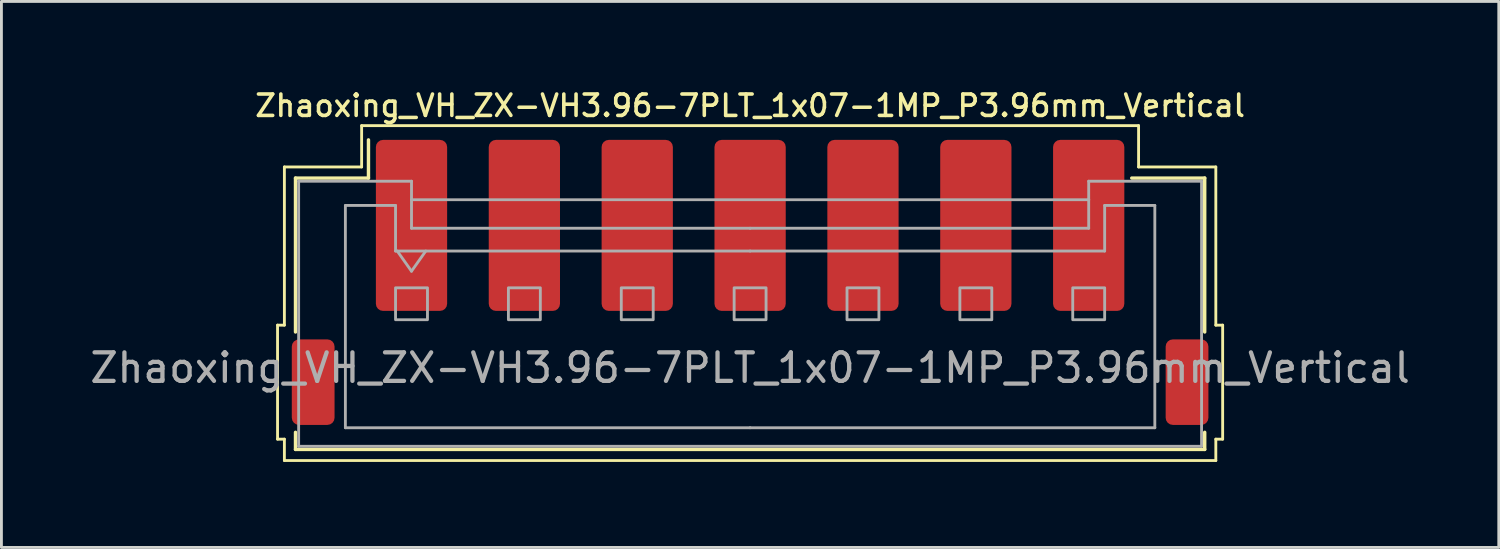
<source format=kicad_pcb>
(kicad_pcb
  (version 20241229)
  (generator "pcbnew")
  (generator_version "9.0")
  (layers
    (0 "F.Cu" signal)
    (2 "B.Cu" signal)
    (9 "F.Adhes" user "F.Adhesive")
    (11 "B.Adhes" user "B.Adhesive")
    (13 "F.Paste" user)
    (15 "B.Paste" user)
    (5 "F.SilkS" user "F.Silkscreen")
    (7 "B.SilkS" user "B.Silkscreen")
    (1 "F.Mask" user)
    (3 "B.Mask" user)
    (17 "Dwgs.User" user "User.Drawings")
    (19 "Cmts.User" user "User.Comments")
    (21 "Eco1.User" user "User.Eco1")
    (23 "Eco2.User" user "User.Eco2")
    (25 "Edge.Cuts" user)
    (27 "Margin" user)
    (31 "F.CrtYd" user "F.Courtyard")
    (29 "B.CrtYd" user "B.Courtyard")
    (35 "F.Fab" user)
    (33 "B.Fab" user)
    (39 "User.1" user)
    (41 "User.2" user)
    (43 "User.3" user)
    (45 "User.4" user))
  (footprint "Zhaoxing_VH_ZX-VH3.96-7PLT_1x07-1MP_P3.96mm_Vertical"
    (layer "F.Cu")
    (at 23.268 6.858)
    (property "Reference" "Zhaoxing_VH_ZX-VH3.96-7PLT_1x07-1MP_P3.96mm_Vertical" (at 0 -6.2 0) (layer "F.SilkS") (effects (font (size 0.75 0.75) (thickness 0.125))))
    (attr smd)
    (fp_line (start -16.58 1.5) (end -16.34 1.5) (stroke (width 0.1) (type solid)) (layer "F.SilkS"))
    (fp_line (start -16.58 5.5) (end -16.58 1.5) (stroke (width 0.1) (type solid)) (layer "F.SilkS"))
    (fp_line (start -16.34 -4.05) (end -13.63 -4.05) (stroke (width 0.1) (type solid)) (layer "F.SilkS"))
    (fp_line (start -16.34 1.5) (end -16.34 -4.05) (stroke (width 0.1) (type solid)) (layer "F.SilkS"))
    (fp_line (start -16.34 5.5) (end -16.58 5.5) (stroke (width 0.1) (type solid)) (layer "F.SilkS"))
    (fp_line (start -16.34 6.25) (end -16.34 5.5) (stroke (width 0.1) (type solid)) (layer "F.SilkS"))
    (fp_line (start -15.95 -3.66) (end -13.39 -3.66) (stroke (width 0.12) (type solid)) (layer "F.SilkS"))
    (fp_line (start -15.95 1.74) (end -15.95 -3.66) (stroke (width 0.12) (type solid)) (layer "F.SilkS"))
    (fp_line (start -15.95 5.26) (end -15.95 5.86) (stroke (width 0.12) (type solid)) (layer "F.SilkS"))
    (fp_line (start -15.95 5.86) (end 15.95 5.86) (stroke (width 0.12) (type solid)) (layer "F.SilkS"))
    (fp_line (start -13.63 -5.5) (end 13.63 -5.5) (stroke (width 0.1) (type solid)) (layer "F.SilkS"))
    (fp_line (start -13.63 -4.05) (end -13.63 -5.5) (stroke (width 0.1) (type solid)) (layer "F.SilkS"))
    (fp_line (start -13.39 -3.66) (end -13.39 -5) (stroke (width 0.12) (type solid)) (layer "F.SilkS"))
    (fp_line (start 13.63 -5.5) (end 13.63 -4.05) (stroke (width 0.1) (type solid)) (layer "F.SilkS"))
    (fp_line (start 13.63 -4.05) (end 16.34 -4.05) (stroke (width 0.1) (type solid)) (layer "F.SilkS"))
    (fp_line (start 15.95 -3.66) (end 13.39 -3.66) (stroke (width 0.12) (type solid)) (layer "F.SilkS"))
    (fp_line (start 15.95 1.74) (end 15.95 -3.66) (stroke (width 0.12) (type solid)) (layer "F.SilkS"))
    (fp_line (start 15.95 5.86) (end 15.95 5.26) (stroke (width 0.12) (type solid)) (layer "F.SilkS"))
    (fp_line (start 16.34 -4.05) (end 16.34 1.5) (stroke (width 0.1) (type solid)) (layer "F.SilkS"))
    (fp_line (start 16.34 1.5) (end 16.58 1.5) (stroke (width 0.1) (type solid)) (layer "F.SilkS"))
    (fp_line (start 16.34 5.5) (end 16.34 6.25) (stroke (width 0.1) (type solid)) (layer "F.SilkS"))
    (fp_line (start 16.34 6.25) (end -16.34 6.25) (stroke (width 0.1) (type solid)) (layer "F.SilkS"))
    (fp_line (start 16.58 1.5) (end 16.58 5.5) (stroke (width 0.1) (type solid)) (layer "F.SilkS"))
    (fp_line (start 16.58 5.5) (end 16.34 5.5) (stroke (width 0.1) (type solid)) (layer "F.SilkS"))
    (fp_line (start -15.84 -3.55) (end -15.84 5.75) (stroke (width 0.1) (type solid)) (layer "F.Fab"))
    (fp_line (start -15.84 -3.55) (end -11.88 -3.55) (stroke (width 0.1) (type solid)) (layer "F.Fab"))
    (fp_line (start -15.84 5.75) (end 15.84 5.75) (stroke (width 0.1) (type solid)) (layer "F.Fab"))
    (fp_line (start -14.2 -2.7) (end -14.2 5.1) (stroke (width 0.1) (type solid)) (layer "F.Fab"))
    (fp_line (start -14.2 5.1) (end 0 5.1) (stroke (width 0.1) (type solid)) (layer "F.Fab"))
    (fp_line (start -12.44 -2.7) (end -14.2 -2.7) (stroke (width 0.1) (type solid)) (layer "F.Fab"))
    (fp_line (start -12.44 -1.1) (end -12.44 -2.7) (stroke (width 0.1) (type solid)) (layer "F.Fab"))
    (fp_line (start -12.38 -1.1) (end -11.88 -0.393) (stroke (width 0.1) (type solid)) (layer "F.Fab"))
    (fp_line (start -11.88 -3.55) (end -11.88 -2.9) (stroke (width 0.1) (type solid)) (layer "F.Fab"))
    (fp_line (start -11.88 -2.9) (end 11.88 -2.9) (stroke (width 0.1) (type solid)) (layer "F.Fab"))
    (fp_line (start -11.88 -1.9) (end -11.88 -2.9) (stroke (width 0.1) (type solid)) (layer "F.Fab"))
    (fp_line (start -11.88 -0.393) (end -11.38 -1.1) (stroke (width 0.1) (type solid)) (layer "F.Fab"))
    (fp_line (start 0 -1.9) (end -11.88 -1.9) (stroke (width 0.1) (type solid)) (layer "F.Fab"))
    (fp_line (start 0 -1.9) (end 11.88 -1.9) (stroke (width 0.1) (type solid)) (layer "F.Fab"))
    (fp_line (start 0 -1.1) (end -12.44 -1.1) (stroke (width 0.1) (type solid)) (layer "F.Fab"))
    (fp_line (start 0 -1.1) (end 12.44 -1.1) (stroke (width 0.1) (type solid)) (layer "F.Fab"))
    (fp_line (start 11.88 -3.55) (end 15.84 -3.55) (stroke (width 0.1) (type solid)) (layer "F.Fab"))
    (fp_line (start 11.88 -2.9) (end 11.88 -3.55) (stroke (width 0.1) (type solid)) (layer "F.Fab"))
    (fp_line (start 11.88 -1.9) (end 11.88 -2.9) (stroke (width 0.1) (type solid)) (layer "F.Fab"))
    (fp_line (start 12.44 -2.7) (end 14.2 -2.7) (stroke (width 0.1) (type solid)) (layer "F.Fab"))
    (fp_line (start 12.44 -1.1) (end 12.44 -2.7) (stroke (width 0.1) (type solid)) (layer "F.Fab"))
    (fp_line (start 14.2 -2.7) (end 14.2 5.1) (stroke (width 0.1) (type solid)) (layer "F.Fab"))
    (fp_line (start 14.2 5.1) (end 0 5.1) (stroke (width 0.1) (type solid)) (layer "F.Fab"))
    (fp_line (start 15.84 -3.55) (end 15.84 5.75) (stroke (width 0.1) (type solid)) (layer "F.Fab"))
    (fp_rect (start -12.44 0.19) (end -11.32 1.31) (stroke (width 0.1) (type solid)) (fill no) (layer "F.Fab"))
    (fp_rect (start -8.48 0.19) (end -7.36 1.31) (stroke (width 0.1) (type solid)) (fill no) (layer "F.Fab"))
    (fp_rect (start -4.52 0.19) (end -3.4 1.31) (stroke (width 0.1) (type solid)) (fill no) (layer "F.Fab"))
    (fp_rect (start -0.56 0.19) (end 0.56 1.31) (stroke (width 0.1) (type solid)) (fill no) (layer "F.Fab"))
    (fp_rect (start 3.4 0.19) (end 4.52 1.31) (stroke (width 0.1) (type solid)) (fill no) (layer "F.Fab"))
    (fp_rect (start 7.36 0.19) (end 8.48 1.31) (stroke (width 0.1) (type solid)) (fill no) (layer "F.Fab"))
    (fp_rect (start 11.32 0.19) (end 12.44 1.31) (stroke (width 0.1) (type solid)) (fill no) (layer "F.Fab"))
    (fp_text user "${REFERENCE}" (at 0 3 0) (layer "F.Fab") (effects (font (size 1 1) (thickness 0.15))))
    (pad "1" smd roundrect (at -11.88 -2) (size 2.5 6) (layers "F.Cu" "F.Mask" "F.Paste") (roundrect_rratio 0.1))
    (pad "2" smd roundrect (at -7.92 -2) (size 2.5 6) (layers "F.Cu" "F.Mask" "F.Paste") (roundrect_rratio 0.1))
    (pad "3" smd roundrect (at -3.96 -2) (size 2.5 6) (layers "F.Cu" "F.Mask" "F.Paste") (roundrect_rratio 0.1))
    (pad "4" smd roundrect (at 0 -2) (size 2.5 6) (layers "F.Cu" "F.Mask" "F.Paste") (roundrect_rratio 0.1))
    (pad "5" smd roundrect (at 3.96 -2) (size 2.5 6) (layers "F.Cu" "F.Mask" "F.Paste") (roundrect_rratio 0.1))
    (pad "6" smd roundrect (at 7.92 -2) (size 2.5 6) (layers "F.Cu" "F.Mask" "F.Paste") (roundrect_rratio 0.1))
    (pad "7" smd roundrect (at 11.88 -2) (size 2.5 6) (layers "F.Cu" "F.Mask" "F.Paste") (roundrect_rratio 0.1))
    (pad "MP" smd roundrect (at -15.33 3.5) (size 1.5 3) (layers "F.Cu" "F.Mask" "F.Paste") (roundrect_rratio 0.167))
    (pad "MP" smd roundrect (at 15.33 3.5) (size 1.5 3) (layers "F.Cu" "F.Mask" "F.Paste") (roundrect_rratio 0.167)))
  (gr_rect
    (start -3 -3)
    (end 49.536 16.158)
    (stroke (width 0.1) (type default))
    (fill no)
    (layer "Edge.Cuts")))
</source>
